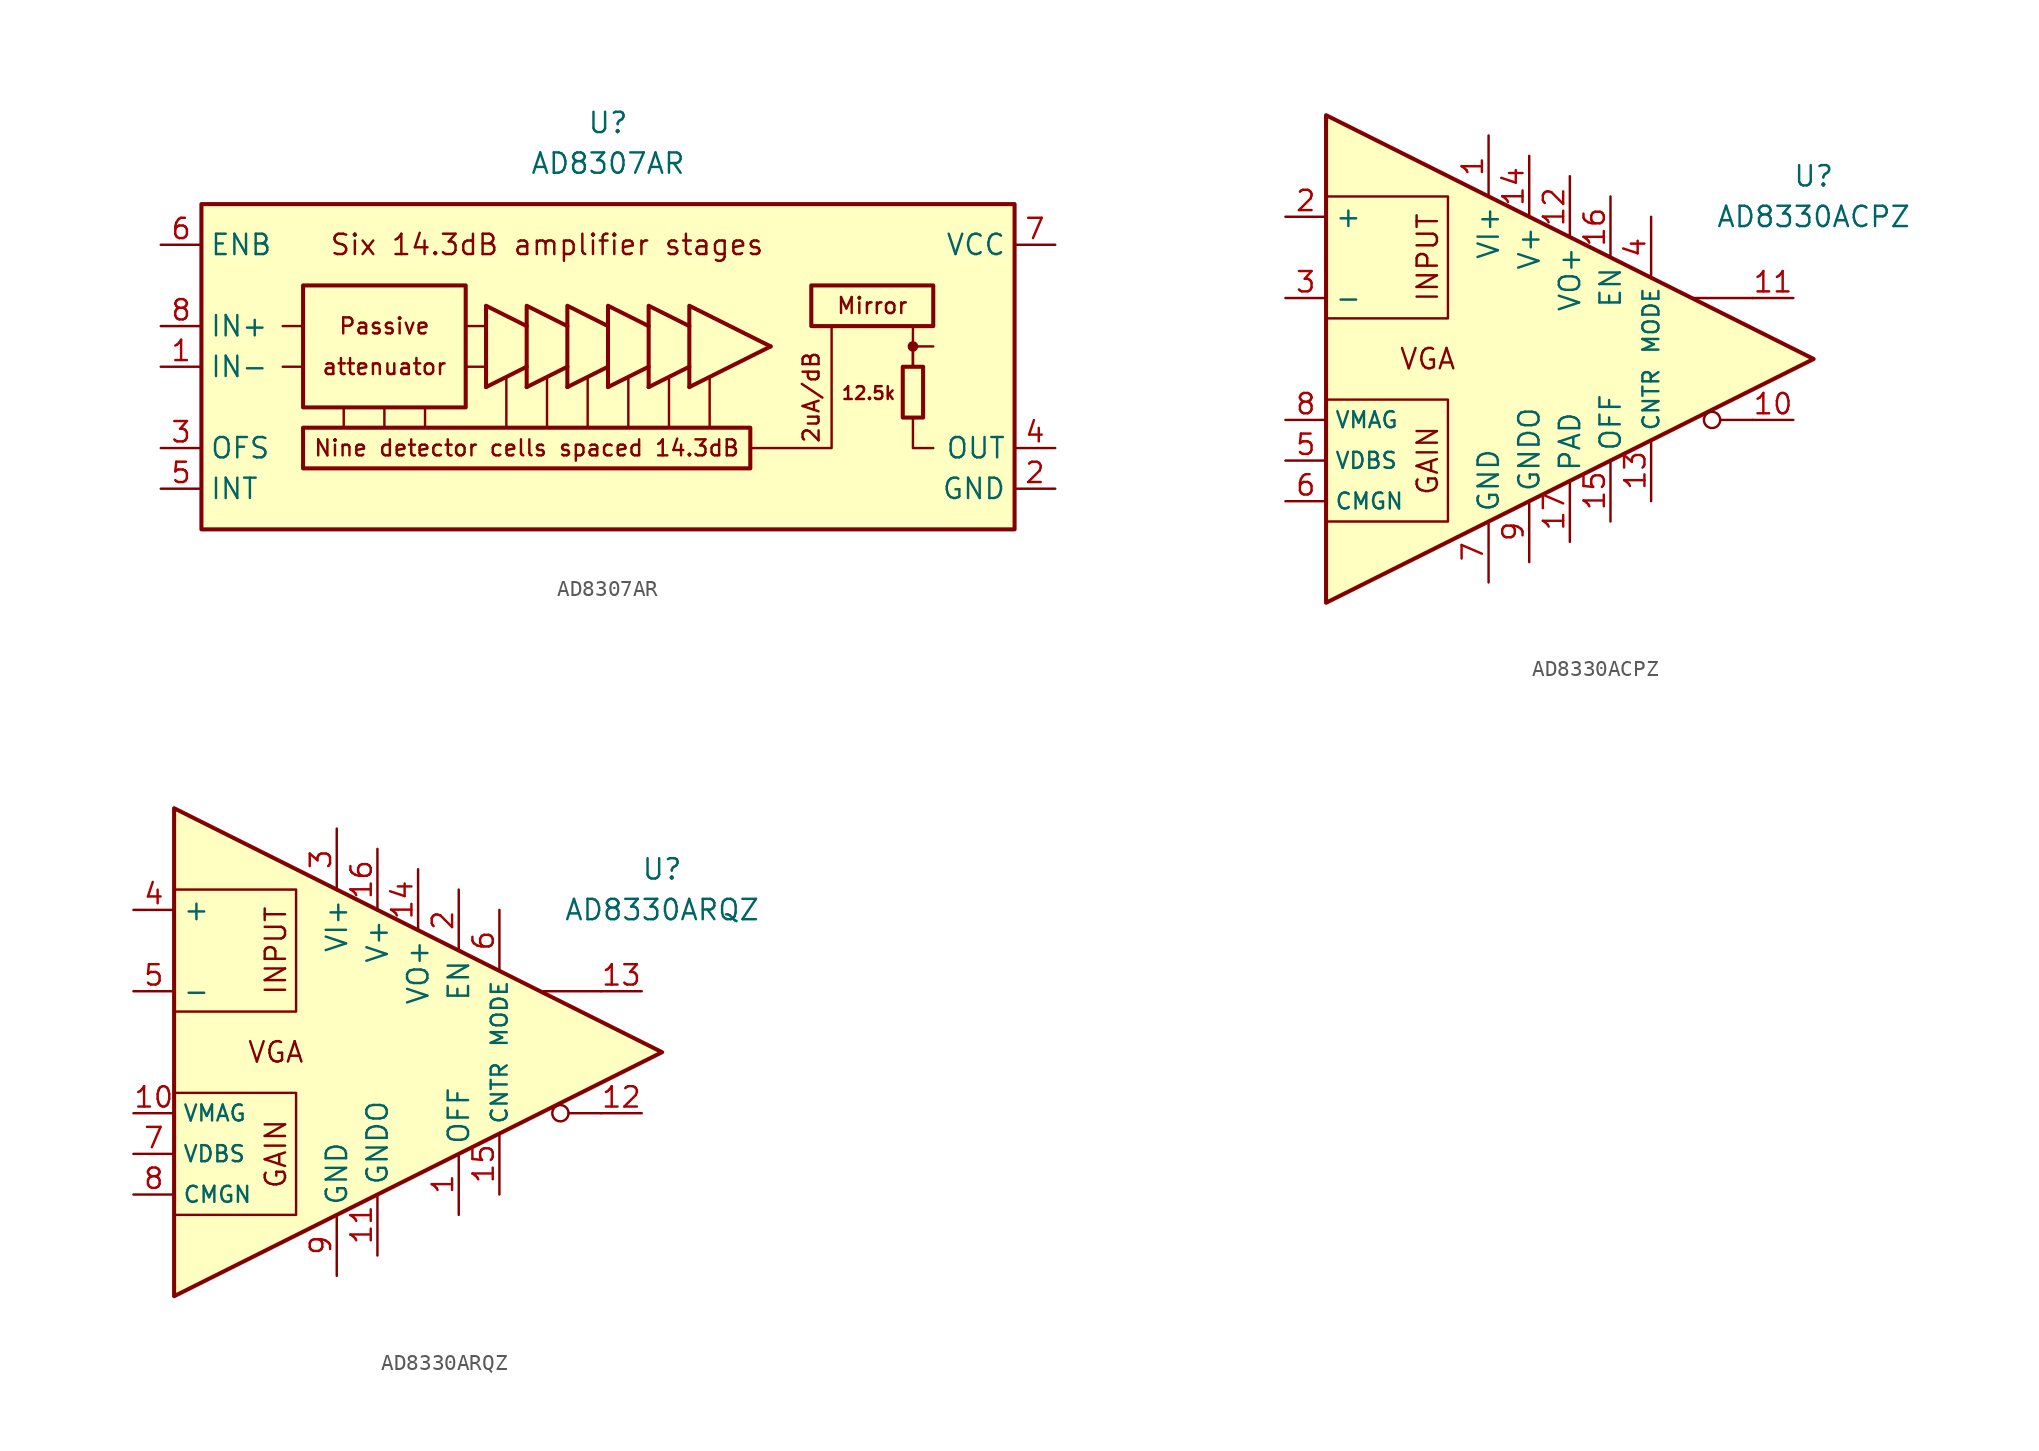
<source format=kicad_sym>
(kicad_symbol_lib
  (version 20211014)
  (generator kicad_symbol_editor)
  (symbol "AD8307AR"
    (property "Reference" "U"
      (at 0 13.97 0)
      (effects (font (size 1.27 1.27))))
    (property "Value" "AD8307AR"
      (at 0 11.43 0)
      (effects (font (size 1.27 1.27))))
    (symbol "AD8307AR_0_0"
      (rectangle (start -25.4 8.89) (end 25.4 -11.43) (stroke (width 0.254) (type default) (color 0 0 0 0)) (fill (type background)))
      (rectangle (start -19.05 3.81) (end -8.89 -3.81) (stroke (width 0.254) (type default) (color 0 0 0 0)) (fill (type none)))
      (polyline (pts (xy -19.05 -1.27) (xy -20.32 -1.27)) (stroke (width 0.152) (type default) (color 0 0 0 0)) (fill (type none)))
      (polyline (pts (xy -19.05 1.27) (xy -20.32 1.27)) (stroke (width 0.152) (type default) (color 0 0 0 0)) (fill (type none)))
      (polyline (pts (xy -16.51 -3.81) (xy -16.51 -5.08)) (stroke (width 0.152) (type default) (color 0 0 0 0)) (fill (type none)))
      (polyline (pts (xy -13.97 -3.81) (xy -13.97 -5.08)) (stroke (width 0.152) (type default) (color 0 0 0 0)) (fill (type none)))
      (polyline (pts (xy -11.43 -3.81) (xy -11.43 -5.08)) (stroke (width 0.152) (type default) (color 0 0 0 0)) (fill (type none)))
      (polyline (pts (xy -8.89 -1.27) (xy -7.62 -1.27)) (stroke (width 0.152) (type default) (color 0 0 0 0)) (fill (type none)))
      (polyline (pts (xy -8.89 1.27) (xy -7.62 1.27)) (stroke (width 0.152) (type default) (color 0 0 0 0)) (fill (type none)))
      (polyline (pts (xy -6.35 -1.905) (xy -6.35 -5.08)) (stroke (width 0.152) (type default) (color 0 0 0 0)) (fill (type none)))
      (polyline (pts (xy -3.81 -1.905) (xy -3.81 -5.08)) (stroke (width 0.152) (type default) (color 0 0 0 0)) (fill (type none)))
      (polyline (pts (xy -1.27 -1.905) (xy -1.27 -5.08)) (stroke (width 0.152) (type default) (color 0 0 0 0)) (fill (type none)))
      (polyline (pts (xy 1.27 -1.905) (xy 1.27 -5.08)) (stroke (width 0.152) (type default) (color 0 0 0 0)) (fill (type none)))
      (polyline (pts (xy 3.81 -1.905) (xy 3.81 -5.08)) (stroke (width 0.152) (type default) (color 0 0 0 0)) (fill (type none)))
      (polyline (pts (xy 6.35 -1.905) (xy 6.35 -5.08)) (stroke (width 0.152) (type default) (color 0 0 0 0)) (fill (type none)))
      (polyline (pts (xy 19.05 -1.27) (xy 19.05 0)) (stroke (width 0.152) (type default) (color 0 0 0 0)) (fill (type none)))
      (polyline (pts (xy 19.05 0) (xy 20.32 0)) (stroke (width 0.152) (type default) (color 0 0 0 0)) (fill (type none)))
      (polyline (pts (xy 19.05 1.27) (xy 19.05 -1.27)) (stroke (width 0.152) (type default) (color 0 0 0 0)) (fill (type none)))
      (polyline (pts (xy 8.89 -6.35) (xy 13.97 -6.35) (xy 13.97 1.27)) (stroke (width 0.152) (type default) (color 0 0 0 0)) (fill (type none)))
      (polyline (pts (xy 19.05 -4.445) (xy 19.05 -6.35) (xy 20.32 -6.35)) (stroke (width 0.152) (type default) (color 0 0 0 0)) (fill (type none)))
      (rectangle (start 12.7 3.81) (end 20.32 1.27) (stroke (width 0.254) (type default) (color 0 0 0 0)) (fill (type none)))
      (circle (center 19.05 0) (radius 0.254) (stroke (width 0.152) (type default) (color 0 0 0 0)) (fill (type outline)))
      (text "12.5k" (at 18.034 -2.921 0) (effects (font (size 0.8 0.8)) (justify right)))
      (text "2uA/dB" (at 12.7 -3.175 900) (effects (font (size 1 1))))
      (text "attenuator" (at -13.97 -1.27 0) (effects (font (size 1 1))))
      (text "Mirror" (at 16.51 2.54 0) (effects (font (size 1 1))))
      (text "Nine detector cells spaced 14.3dB" (at -5.08 -6.35 0) (effects (font (size 1 1))))
      (text "Passive" (at -13.97 1.27 0) (effects (font (size 1 1))))
      (text "Six 14.3dB amplifier stages" (at -3.81 6.35 0) (effects (font (size 1.27 1.27)))))
    (symbol "AD8307AR_0_1"
      (rectangle (start -19.05 -5.08) (end 8.89 -7.62) (stroke (width 0.254) (type default) (color 0 0 0 0)) (fill (type none)))
      (polyline (pts (xy -7.62 -2.54) (xy -5.08 -1.27)) (stroke (width 0.254) (type default) (color 0 0 0 0)) (fill (type none)))
      (polyline (pts (xy -5.08 -2.54) (xy -2.54 -1.27)) (stroke (width 0.254) (type default) (color 0 0 0 0)) (fill (type none)))
      (polyline (pts (xy -2.54 -2.54) (xy 0 -1.27)) (stroke (width 0.254) (type default) (color 0 0 0 0)) (fill (type none)))
      (polyline (pts (xy 0 -2.54) (xy 2.54 -1.27)) (stroke (width 0.254) (type default) (color 0 0 0 0)) (fill (type none)))
      (polyline (pts (xy 2.54 -2.54) (xy 5.08 -1.27)) (stroke (width 0.254) (type default) (color 0 0 0 0)) (fill (type none)))
      (polyline (pts (xy 5.08 -2.54) (xy 10.16 0)) (stroke (width 0.254) (type default) (color 0 0 0 0)) (fill (type none)))
      (polyline (pts (xy -7.62 -2.54) (xy -7.62 2.54) (xy -5.08 1.27)) (stroke (width 0.254) (type default) (color 0 0 0 0)) (fill (type none)))
      (polyline (pts (xy -5.08 -2.54) (xy -5.08 2.54) (xy -2.54 1.27)) (stroke (width 0.254) (type default) (color 0 0 0 0)) (fill (type none)))
      (polyline (pts (xy -2.54 -2.54) (xy -2.54 2.54) (xy 0 1.27)) (stroke (width 0.254) (type default) (color 0 0 0 0)) (fill (type none)))
      (polyline (pts (xy 0 -2.54) (xy 0 2.54) (xy 2.54 1.27)) (stroke (width 0.254) (type default) (color 0 0 0 0)) (fill (type none)))
      (polyline (pts (xy 2.54 -2.54) (xy 2.54 2.54) (xy 5.08 1.27)) (stroke (width 0.254) (type default) (color 0 0 0 0)) (fill (type none)))
      (polyline (pts (xy 5.08 -2.54) (xy 5.08 2.54) (xy 10.16 0)) (stroke (width 0.254) (type default) (color 0 0 0 0)) (fill (type none)))
      (rectangle (start 18.415 -1.27) (end 19.685 -4.445) (stroke (width 0.254) (type default) (color 0 0 0 0)) (fill (type none))))
    (symbol "AD8307AR_1_1"
      (pin input line (at -27.94 -1.27 0) (length 2.54) (name "IN-" (effects (font (size 1.27 1.27)))) (number "1" (effects (font (size 1.27 1.27)))))
      (pin power_in line (at 27.94 -8.89 180) (length 2.54) (name "GND" (effects (font (size 1.27 1.27)))) (number "2" (effects (font (size 1.27 1.27)))))
      (pin passive line (at -27.94 -6.35 0) (length 2.54) (name "OFS" (effects (font (size 1.27 1.27)))) (number "3" (effects (font (size 1.27 1.27)))))
      (pin output line (at 27.94 -6.35 180) (length 2.54) (name "OUT" (effects (font (size 1.27 1.27)))) (number "4" (effects (font (size 1.27 1.27)))))
      (pin passive line (at -27.94 -8.89 0) (length 2.54) (name "INT" (effects (font (size 1.27 1.27)))) (number "5" (effects (font (size 1.27 1.27)))))
      (pin input line (at -27.94 6.35 0) (length 2.54) (name "ENB" (effects (font (size 1.27 1.27)))) (number "6" (effects (font (size 1.27 1.27)))))
      (pin power_in line (at 27.94 6.35 180) (length 2.54) (name "VCC" (effects (font (size 1.27 1.27)))) (number "7" (effects (font (size 1.27 1.27)))))
      (pin input line (at -27.94 1.27 0) (length 2.54) (name "IN+" (effects (font (size 1.27 1.27)))) (number "8" (effects (font (size 1.27 1.27)))))))
  (symbol "AD8330ACPZ"
    (property "Reference" "U"
      (at 13.97 11.43 0)
      (effects (font (size 1.27 1.27))))
    (property "Value" "AD8330ACPZ"
      (at 13.97 8.89 0)
      (effects (font (size 1.27 1.27))))
    (symbol "AD8330ACPZ_0_0"
      (polyline (pts (xy 10.16 3.81) (xy 6.35 3.81)) (stroke (width 0.152) (type default) (color 0 0 0 0)) (fill (type none)))
      (polyline (pts (xy 10.16 -3.81) (xy 8.89 -3.81) (xy 8.128 -3.81)) (stroke (width 0.152) (type default) (color 0 0 0 0)) (fill (type none)))
      (polyline (pts (xy -16.51 -2.54) (xy -8.89 -2.54) (xy -8.89 -10.16) (xy -16.51 -10.16)) (stroke (width 0.152) (type default) (color 0 0 0 0)) (fill (type none)))
      (polyline (pts (xy -16.51 2.54) (xy -8.89 2.54) (xy -8.89 10.16) (xy -16.51 10.16)) (stroke (width 0.152) (type default) (color 0 0 0 0)) (fill (type none)))
      (polyline (pts (xy -16.51 15.24) (xy 13.97 0) (xy -16.51 -15.24) (xy -16.51 15.24)) (stroke (width 0.254) (type default) (color 0 0 0 0)) (fill (type background)))
      (circle (center 7.62 -3.81) (radius 0.508) (stroke (width 0.152) (type default) (color 0 0 0 0)) (fill (type none)))
      (text "GAIN" (at -10.16 -6.35 900) (effects (font (size 1.27 1.27))))
      (text "INPUT" (at -10.16 6.35 900) (effects (font (size 1.27 1.27))))
      (text "VGA" (at -10.16 0 0) (effects (font (size 1.27 1.27)))))
    (symbol "AD8330ACPZ_1_1"
      (pin power_in line (at -6.35 13.97 270) (length 3.84) (name "VI+" (effects (font (size 1.27 1.27)))) (number "1" (effects (font (size 1.27 1.27)))))
      (pin output line (at 12.7 -3.81 180) (length 2.54) (name "~" (effects (font (size 1.27 1.27)))) (number "10" (effects (font (size 1.27 1.27)))))
      (pin output line (at 12.7 3.81 180) (length 2.54) (name "~" (effects (font (size 1.27 1.27)))) (number "11" (effects (font (size 1.27 1.27)))))
      (pin power_in line (at -1.27 11.43 270) (length 3.84) (name "VO+" (effects (font (size 1.27 1.27)))) (number "12" (effects (font (size 1.27 1.27)))))
      (pin passive line (at 3.81 -8.89 90) (length 3.84) (name "CNTR" (effects (font (size 1 1)))) (number "13" (effects (font (size 1.27 1.27)))))
      (pin power_in line (at -3.81 12.7 270) (length 3.84) (name "V+" (effects (font (size 1.27 1.27)))) (number "14" (effects (font (size 1.27 1.27)))))
      (pin input line (at 1.27 -10.16 90) (length 3.84) (name "OFF" (effects (font (size 1.27 1.27)))) (number "15" (effects (font (size 1.27 1.27)))))
      (pin input line (at 1.27 10.16 270) (length 3.84) (name "EN" (effects (font (size 1.27 1.27)))) (number "16" (effects (font (size 1.27 1.27)))))
      (pin passive line (at -1.27 -11.43 90) (length 3.84) (name "PAD" (effects (font (size 1.27 1.27)))) (number "17" (effects (font (size 1.27 1.27)))))
      (pin input line (at -19.05 8.89 0) (length 2.54) (name "+" (effects (font (size 1.27 1.27)))) (number "2" (effects (font (size 1.27 1.27)))))
      (pin input line (at -19.05 3.81 0) (length 2.54) (name "-" (effects (font (size 1.27 1.27)))) (number "3" (effects (font (size 1.27 1.27)))))
      (pin input line (at 3.81 8.89 270) (length 3.84) (name "MODE" (effects (font (size 1 1)))) (number "4" (effects (font (size 1.27 1.27)))))
      (pin input line (at -19.05 -6.35 0) (length 2.54) (name "VDBS" (effects (font (size 1 1)))) (number "5" (effects (font (size 1.27 1.27)))))
      (pin input line (at -19.05 -8.89 0) (length 2.54) (name "CMGN" (effects (font (size 1 1)))) (number "6" (effects (font (size 1.27 1.27)))))
      (pin power_in line (at -6.35 -13.97 90) (length 3.84) (name "GND" (effects (font (size 1.27 1.27)))) (number "7" (effects (font (size 1.27 1.27)))))
      (pin input line (at -19.05 -3.81 0) (length 2.54) (name "VMAG" (effects (font (size 1 1)))) (number "8" (effects (font (size 1.27 1.27)))))
      (pin power_in line (at -3.81 -12.7 90) (length 3.84) (name "GNDO" (effects (font (size 1.27 1.27)))) (number "9" (effects (font (size 1.27 1.27)))))))
  (symbol "AD8330ARQZ"
    (property "Reference" "U"
      (at 13.97 11.43 0)
      (effects (font (size 1.27 1.27))))
    (property "Value" "AD8330ARQZ"
      (at 13.97 8.89 0)
      (effects (font (size 1.27 1.27))))
    (symbol "AD8330ARQZ_0_0"
      (polyline (pts (xy 10.16 3.81) (xy 6.35 3.81)) (stroke (width 0.152) (type default) (color 0 0 0 0)) (fill (type none)))
      (polyline (pts (xy 10.16 -3.81) (xy 8.89 -3.81) (xy 8.128 -3.81)) (stroke (width 0.152) (type default) (color 0 0 0 0)) (fill (type none)))
      (polyline (pts (xy -16.51 -2.54) (xy -8.89 -2.54) (xy -8.89 -10.16) (xy -16.51 -10.16)) (stroke (width 0.152) (type default) (color 0 0 0 0)) (fill (type none)))
      (polyline (pts (xy -16.51 2.54) (xy -8.89 2.54) (xy -8.89 10.16) (xy -16.51 10.16)) (stroke (width 0.152) (type default) (color 0 0 0 0)) (fill (type none)))
      (polyline (pts (xy -16.51 15.24) (xy 13.97 0) (xy -16.51 -15.24) (xy -16.51 15.24)) (stroke (width 0.254) (type default) (color 0 0 0 0)) (fill (type background)))
      (circle (center 7.62 -3.81) (radius 0.508) (stroke (width 0.152) (type default) (color 0 0 0 0)) (fill (type none)))
      (text "GAIN" (at -10.16 -6.35 900) (effects (font (size 1.27 1.27))))
      (text "INPUT" (at -10.16 6.35 900) (effects (font (size 1.27 1.27))))
      (text "VGA" (at -10.16 0 0) (effects (font (size 1.27 1.27)))))
    (symbol "AD8330ARQZ_1_1"
      (pin input line (at 1.27 -10.16 90) (length 3.84) (name "OFF" (effects (font (size 1.27 1.27)))) (number "1" (effects (font (size 1.27 1.27)))))
      (pin input line (at -19.05 -3.81 0) (length 2.54) (name "VMAG" (effects (font (size 1 1)))) (number "10" (effects (font (size 1.27 1.27)))))
      (pin power_in line (at -3.81 -12.7 90) (length 3.84) (name "GNDO" (effects (font (size 1.27 1.27)))) (number "11" (effects (font (size 1.27 1.27)))))
      (pin output line (at 12.7 -3.81 180) (length 2.54) (name "~" (effects (font (size 1.27 1.27)))) (number "12" (effects (font (size 1.27 1.27)))))
      (pin output line (at 12.7 3.81 180) (length 2.54) (name "~" (effects (font (size 1.27 1.27)))) (number "13" (effects (font (size 1.27 1.27)))))
      (pin power_in line (at -1.27 11.43 270) (length 3.84) (name "VO+" (effects (font (size 1.27 1.27)))) (number "14" (effects (font (size 1.27 1.27)))))
      (pin passive line (at 3.81 -8.89 90) (length 3.84) (name "CNTR" (effects (font (size 1 1)))) (number "15" (effects (font (size 1.27 1.27)))))
      (pin power_in line (at -3.81 12.7 270) (length 3.84) (name "V+" (effects (font (size 1.27 1.27)))) (number "16" (effects (font (size 1.27 1.27)))))
      (pin input line (at 1.27 10.16 270) (length 3.84) (name "EN" (effects (font (size 1.27 1.27)))) (number "2" (effects (font (size 1.27 1.27)))))
      (pin power_in line (at -6.35 13.97 270) (length 3.84) (name "VI+" (effects (font (size 1.27 1.27)))) (number "3" (effects (font (size 1.27 1.27)))))
      (pin input line (at -19.05 8.89 0) (length 2.54) (name "+" (effects (font (size 1.27 1.27)))) (number "4" (effects (font (size 1.27 1.27)))))
      (pin input line (at -19.05 3.81 0) (length 2.54) (name "-" (effects (font (size 1.27 1.27)))) (number "5" (effects (font (size 1.27 1.27)))))
      (pin input line (at 3.81 8.89 270) (length 3.84) (name "MODE" (effects (font (size 1 1)))) (number "6" (effects (font (size 1.27 1.27)))))
      (pin input line (at -19.05 -6.35 0) (length 2.54) (name "VDBS" (effects (font (size 1 1)))) (number "7" (effects (font (size 1.27 1.27)))))
      (pin input line (at -19.05 -8.89 0) (length 2.54) (name "CMGN" (effects (font (size 1 1)))) (number "8" (effects (font (size 1.27 1.27)))))
      (pin power_in line (at -6.35 -13.97 90) (length 3.84) (name "GND" (effects (font (size 1.27 1.27)))) (number "9" (effects (font (size 1.27 1.27))))))))
</source>
